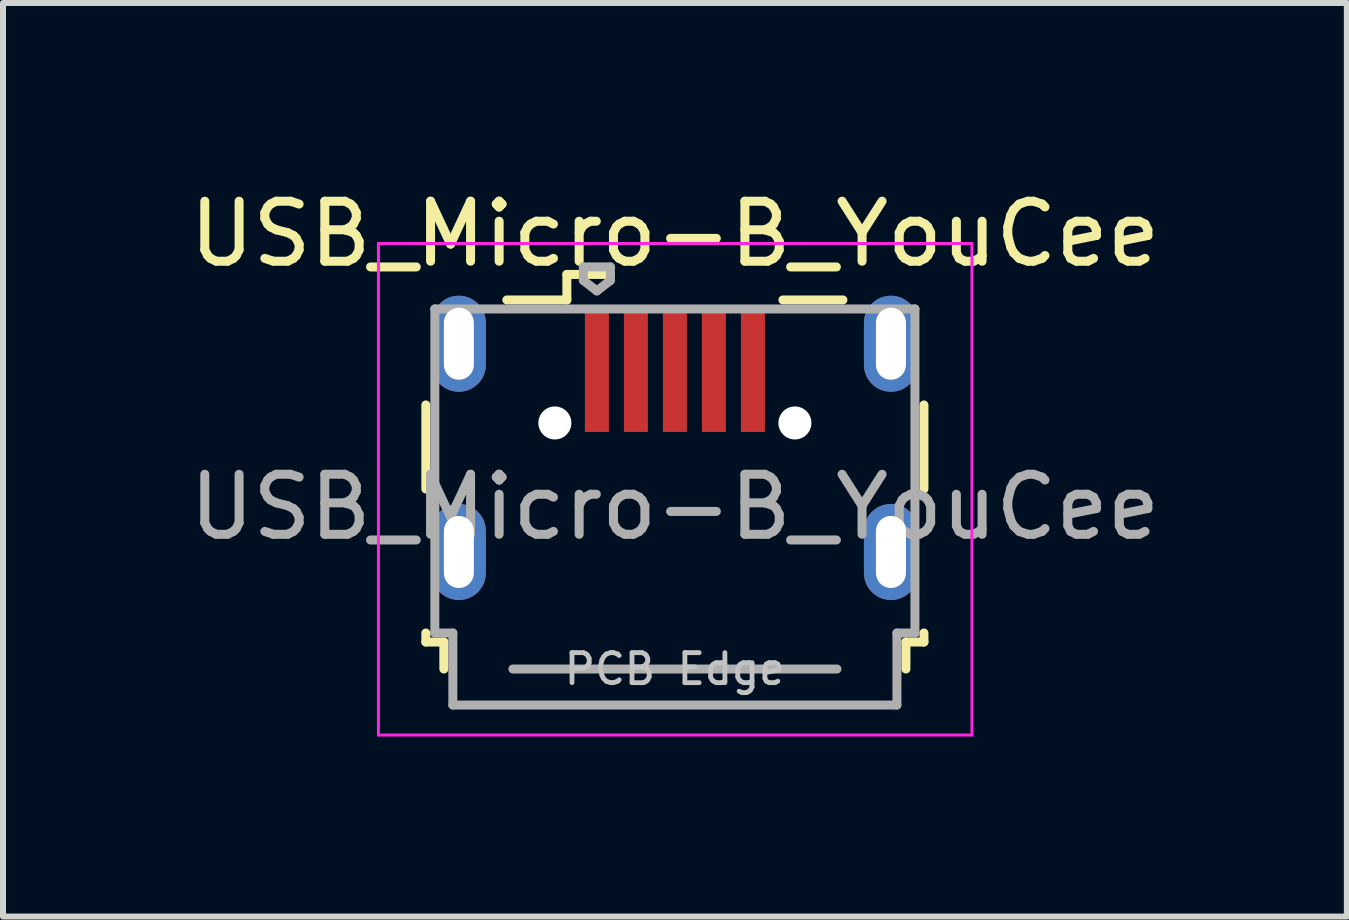
<source format=kicad_pcb>
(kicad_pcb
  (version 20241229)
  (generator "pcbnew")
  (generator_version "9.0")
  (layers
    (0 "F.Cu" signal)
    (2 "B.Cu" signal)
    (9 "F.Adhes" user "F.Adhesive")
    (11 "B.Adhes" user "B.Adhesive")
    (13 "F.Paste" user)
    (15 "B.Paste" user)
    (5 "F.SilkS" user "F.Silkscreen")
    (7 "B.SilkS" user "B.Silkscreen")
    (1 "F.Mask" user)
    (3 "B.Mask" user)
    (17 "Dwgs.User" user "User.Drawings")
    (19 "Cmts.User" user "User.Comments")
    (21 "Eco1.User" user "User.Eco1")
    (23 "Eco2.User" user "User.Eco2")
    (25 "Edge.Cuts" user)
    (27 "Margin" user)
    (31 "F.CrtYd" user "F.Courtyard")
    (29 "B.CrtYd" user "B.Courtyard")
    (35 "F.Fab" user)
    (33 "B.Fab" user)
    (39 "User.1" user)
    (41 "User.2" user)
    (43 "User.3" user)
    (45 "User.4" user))
  (footprint "USB_Micro-B_YouCee"
    (layer "F.Cu")
    (at 8.196 4.348)
    (property "Reference" "USB_Micro-B_YouCee" (at 0 -3.5 0) (layer "F.SilkS") (effects (font (size 1 1) (thickness 0.15))))
    (attr smd)
    (fp_line (start -4.15 -0.65) (end -4.15 0.75) (stroke (width 0.15) (type solid)) (layer "F.SilkS"))
    (fp_line (start -4.15 3.15) (end -4.15 3.3) (stroke (width 0.15) (type solid)) (layer "F.SilkS"))
    (fp_line (start -4.15 3.3) (end -3.85 3.3) (stroke (width 0.15) (type solid)) (layer "F.SilkS"))
    (fp_line (start -3.85 3.3) (end -3.85 3.75) (stroke (width 0.15) (type solid)) (layer "F.SilkS"))
    (fp_line (start -1.8 -2.825) (end -1.8 -2.4) (stroke (width 0.15) (type solid)) (layer "F.SilkS"))
    (fp_line (start -1.8 -2.4) (end -2.8 -2.4) (stroke (width 0.15) (type solid)) (layer "F.SilkS"))
    (fp_line (start -1.075 -2.825) (end -1.8 -2.825) (stroke (width 0.15) (type solid)) (layer "F.SilkS"))
    (fp_line (start 1.8 -2.4) (end 2.8 -2.4) (stroke (width 0.15) (type solid)) (layer "F.SilkS"))
    (fp_line (start 3.85 3.3) (end 4.15 3.3) (stroke (width 0.15) (type solid)) (layer "F.SilkS"))
    (fp_line (start 3.85 3.75) (end 3.85 3.3) (stroke (width 0.15) (type solid)) (layer "F.SilkS"))
    (fp_line (start 4.15 0.75) (end 4.15 -0.65) (stroke (width 0.15) (type solid)) (layer "F.SilkS"))
    (fp_line (start 4.15 3.3) (end 4.15 3.15) (stroke (width 0.15) (type solid)) (layer "F.SilkS"))
    (fp_line (start -4.94 -3.34) (end -4.94 4.85) (stroke (width 0.05) (type solid)) (layer "F.CrtYd"))
    (fp_line (start -4.94 4.85) (end 4.95 4.85) (stroke (width 0.05) (type solid)) (layer "F.CrtYd"))
    (fp_line (start 4.95 -3.34) (end -4.94 -3.34) (stroke (width 0.05) (type solid)) (layer "F.CrtYd"))
    (fp_line (start 4.95 4.85) (end 4.95 -3.34) (stroke (width 0.05) (type solid)) (layer "F.CrtYd"))
    (fp_line (start -4 -2.25) (end -4 3.15) (stroke (width 0.15) (type solid)) (layer "F.Fab"))
    (fp_line (start -4 3.15) (end -3.7 3.15) (stroke (width 0.15) (type solid)) (layer "F.Fab"))
    (fp_line (start -3.7 3.15) (end -3.7 4.35) (stroke (width 0.15) (type solid)) (layer "F.Fab"))
    (fp_line (start -3.7 4.35) (end 3.7 4.35) (stroke (width 0.15) (type solid)) (layer "F.Fab"))
    (fp_line (start -2.7 3.75) (end 2.7 3.75) (stroke (width 0.15) (type solid)) (layer "F.Fab"))
    (fp_line (start -1.525 -2.95) (end -1.075 -2.95) (stroke (width 0.15) (type solid)) (layer "F.Fab"))
    (fp_line (start -1.525 -2.725) (end -1.525 -2.95) (stroke (width 0.15) (type solid)) (layer "F.Fab"))
    (fp_line (start -1.3 -2.55) (end -1.525 -2.725) (stroke (width 0.15) (type solid)) (layer "F.Fab"))
    (fp_line (start -1.075 -2.95) (end -1.075 -2.725) (stroke (width 0.15) (type solid)) (layer "F.Fab"))
    (fp_line (start -1.075 -2.725) (end -1.3 -2.55) (stroke (width 0.15) (type solid)) (layer "F.Fab"))
    (fp_line (start 3.7 3.15) (end 4 3.15) (stroke (width 0.15) (type solid)) (layer "F.Fab"))
    (fp_line (start 3.7 4.35) (end 3.7 3.15) (stroke (width 0.15) (type solid)) (layer "F.Fab"))
    (fp_line (start 4 -2.25) (end -4 -2.25) (stroke (width 0.15) (type solid)) (layer "F.Fab"))
    (fp_line (start 4 3.15) (end 4 -2.25) (stroke (width 0.15) (type solid)) (layer "F.Fab"))
    (fp_text user "PCB Edge" (at 0 3.75 0) (layer "Dwgs.User") (effects (font (size 0.5 0.5) (thickness 0.08))))
    (fp_text user "${REFERENCE}" (at 0 1.05 0) (layer "F.Fab") (effects (font (size 1 1) (thickness 0.15))))
    (pad "" np_thru_hole oval (at -2 -0.35) (size 0.55 0.55) (drill 0.55) (layers "*.Cu" "*.Mask"))
    (pad "" np_thru_hole oval (at 2 -0.35) (size 0.55 0.55) (drill 0.55) (layers "*.Cu" "*.Mask"))
    (pad "1" smd rect (at -1.3 -1.25) (size 0.4 2.1) (layers "F.Cu" "F.Mask" "F.Paste"))
    (pad "2" smd rect (at -0.65 -1.25) (size 0.4 2.1) (layers "F.Cu" "F.Mask" "F.Paste"))
    (pad "3" smd rect (at 0 -1.25) (size 0.4 2.1) (layers "F.Cu" "F.Mask" "F.Paste"))
    (pad "4" smd rect (at 0.65 -1.25) (size 0.4 2.1) (layers "F.Cu" "F.Mask" "F.Paste"))
    (pad "5" smd rect (at 1.3 -1.25) (size 0.4 2.1) (layers "F.Cu" "F.Mask" "F.Paste"))
    (pad "6" thru_hole oval (at -3.6 -1.67) (size 0.9 1.6) (drill oval 0.5 1.2) (layers "*.Cu" "*.Mask"))
    (pad "6" thru_hole oval (at -3.6 1.8) (size 0.9 1.6) (drill oval 0.5 1.2) (layers "*.Cu" "*.Mask"))
    (pad "6" thru_hole oval (at 3.6 -1.67) (size 0.9 1.6) (drill oval 0.5 1.2) (layers "*.Cu" "*.Mask"))
    (pad "6" thru_hole oval (at 3.6 1.8) (size 0.9 1.6) (drill oval 0.5 1.2) (layers "*.Cu" "*.Mask")))
  (gr_rect
    (start -3 -3)
    (end 19.393 12.223)
    (stroke (width 0.1) (type default))
    (fill no)
    (layer "Edge.Cuts")))
</source>
